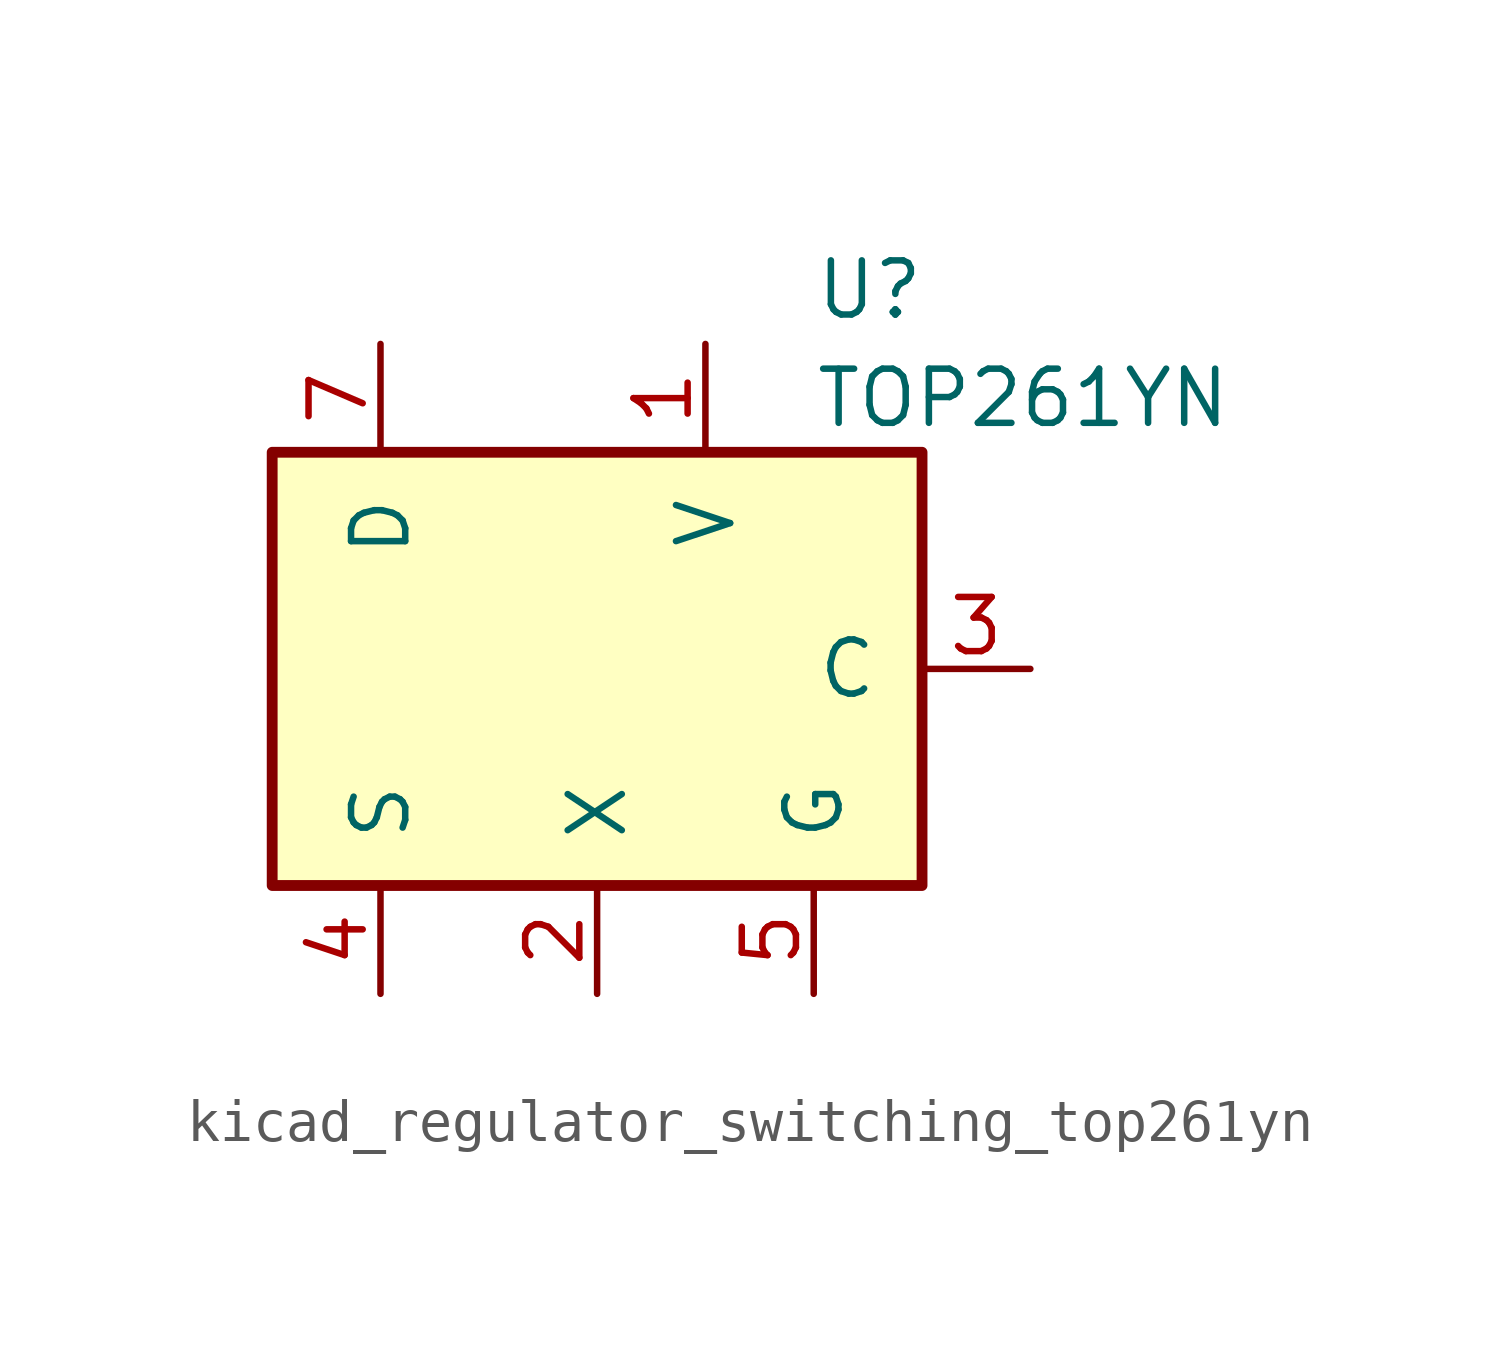
<source format=kicad_sym>
(kicad_symbol_lib
  (version 20220914)
  (generator kicad_symbol_editor)
  (symbol "kicad_regulator_switching_top261yn"
    (pin_names
      (offset 1.016))
    (property "Reference" "U"
      (at 5.08 8.89 0)
      (effects (font (size 1.27 1.27)) (justify left)))
    (property "Value" "TOP261YN"
      (at 5.08 6.35 0)
      (effects (font (size 1.27 1.27)) (justify left)))
    (symbol "kicad_regulator_switching_top261yn_0_1"
      (rectangle (start -7.62 5.08) (end 7.62 -5.08) (stroke (width 0.254) (type default)) (fill (type background))))
    (symbol "kicad_regulator_switching_top261yn_1_1"
      (pin input line (at 2.54 7.62 270) (length 2.54) (name "V" (effects (font (size 1.27 1.27)))) (number "1" (effects (font (size 1.27 1.27)))))
      (pin input line (at 0 -7.62 90) (length 2.54) (name "X" (effects (font (size 1.27 1.27)))) (number "2" (effects (font (size 1.27 1.27)))))
      (pin input line (at 10.16 0 180) (length 2.54) (name "C" (effects (font (size 1.27 1.27)))) (number "3" (effects (font (size 1.27 1.27)))))
      (pin power_in line (at -5.08 -7.62 90) (length 2.54) (name "S" (effects (font (size 1.27 1.27)))) (number "4" (effects (font (size 1.27 1.27)))))
      (pin passive line (at 5.08 -7.62 90) (length 2.54) (name "G" (effects (font (size 1.27 1.27)))) (number "5" (effects (font (size 1.27 1.27)))))
      (pin open_collector line (at -5.08 7.62 270) (length 2.54) (name "D" (effects (font (size 1.27 1.27)))) (number "7" (effects (font (size 1.27 1.27))))))))
</source>
